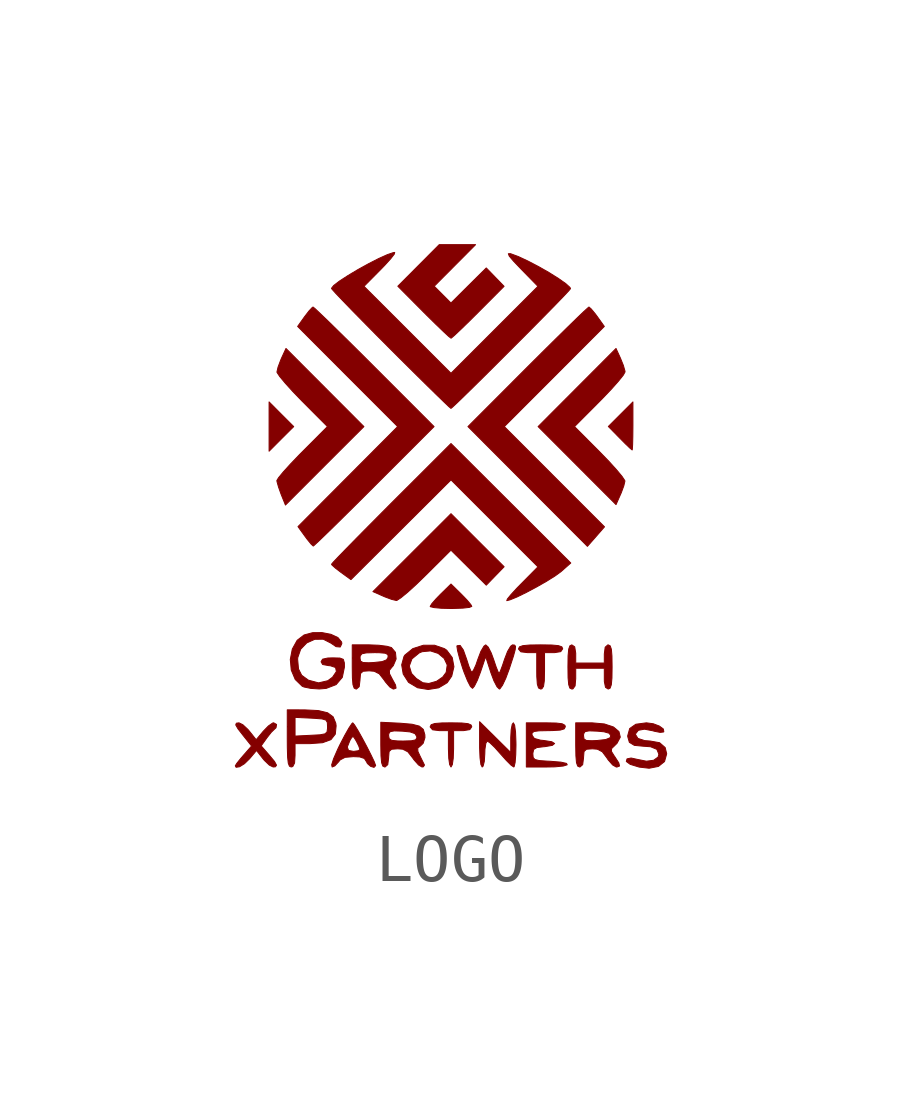
<source format=kicad_sym>
(kicad_symbol_lib
  (version 20220914)
  (generator "bitmap2component")
  (generator_version "8.0")
  (symbol "LOGO"
    (pin_names
      (offset 1.016))
    (property "Reference" "#G"
      (at 0 5.16 0)
      (effects (font (size 1.27 1.27)) hide))
    (symbol "LOGO_0_0"
      (polyline (pts (xy 4.594 -5.566) (xy 4.721 -5.464) (xy 4.766 -5.303) (xy 4.734 -5.173) (xy 4.618 -5.072) (xy 4.422 -5.037) (xy 4.303 -5.028) (xy 4.166 -4.982) (xy 4.116 -4.901) (xy 4.117 -4.887) (xy 4.175 -4.813) (xy 4.303 -4.79) (xy 4.48 -4.824) (xy 4.504 -4.832) (xy 4.631 -4.857) (xy 4.702 -4.848) (xy 4.706 -4.843) (xy 4.696 -4.786) (xy 4.613 -4.725) (xy 4.486 -4.677) (xy 4.346 -4.658) (xy 4.34 -4.658) (xy 4.123 -4.687) (xy 3.995 -4.776) (xy 3.954 -4.925) (xy 3.954 -4.945) (xy 3.988 -5.064) (xy 4.091 -5.127) (xy 4.278 -5.145) (xy 4.43 -5.156) (xy 4.561 -5.21) (xy 4.603 -5.312) (xy 4.587 -5.371) (xy 4.494 -5.438) (xy 4.343 -5.457) (xy 4.161 -5.421) (xy 4.024 -5.391) (xy 3.939 -5.409) (xy 3.924 -5.463) (xy 4.006 -5.523) (xy 4.192 -5.58) (xy 4.4 -5.604) (xy 4.594 -5.566)) (stroke (width 0.01) (type default)) (fill (type outline)))
      (polyline (pts (xy -4.136 -5.573) (xy -4.034 -5.51) (xy -3.927 -5.406) (xy -3.782 -5.234) (xy -3.647 -5.406) (xy -3.619 -5.44) (xy -3.515 -5.539) (xy -3.435 -5.578) (xy -3.389 -5.574) (xy -3.365 -5.541) (xy -3.407 -5.463) (xy -3.522 -5.325) (xy -3.685 -5.138) (xy -3.573 -4.981) (xy -3.562 -4.966) (xy -3.474 -4.854) (xy -3.409 -4.791) (xy -3.376 -4.761) (xy -3.364 -4.692) (xy -3.425 -4.657) (xy -3.446 -4.662) (xy -3.534 -4.723) (xy -3.641 -4.833) (xy -3.789 -5.01) (xy -3.929 -4.834) (xy -3.962 -4.795) (xy -4.067 -4.697) (xy -4.147 -4.658) (xy -4.202 -4.665) (xy -4.215 -4.701) (xy -4.168 -4.783) (xy -4.054 -4.929) (xy -3.885 -5.141) (xy -4.054 -5.334) (xy -4.109 -5.398) (xy -4.192 -5.501) (xy -4.224 -5.553) (xy -4.208 -5.584) (xy -4.136 -5.573)) (stroke (width 0.01) (type default)) (fill (type outline)))
      (polyline (pts (xy -3.026 -5.568) (xy -2.989 -5.495) (xy -2.979 -5.335) (xy -2.979 -5.091) (xy -2.666 -5.091) (xy -2.406 -5.072) (xy -2.231 -5.008) (xy -2.14 -4.893) (xy -2.123 -4.721) (xy -2.13 -4.666) (xy -2.185 -4.533) (xy -2.301 -4.448) (xy -2.493 -4.402) (xy -2.776 -4.388) (xy -3.141 -4.387) (xy -3.141 -4.739) (xy -2.979 -4.739) (xy -2.979 -4.544) (xy -2.64 -4.56) (xy -2.574 -4.564) (xy -2.417 -4.576) (xy -2.336 -4.6) (xy -2.306 -4.65) (xy -2.302 -4.739) (xy -2.302 -4.771) (xy -2.312 -4.846) (xy -2.354 -4.887) (xy -2.456 -4.907) (xy -2.64 -4.917) (xy -2.979 -4.934) (xy -2.979 -4.739) (xy -3.141 -4.739) (xy -3.141 -4.982) (xy -3.14 -5.169) (xy -3.134 -5.374) (xy -3.12 -5.499) (xy -3.096 -5.561) (xy -3.06 -5.578) (xy -3.026 -5.568)) (stroke (width 0.01) (type default)) (fill (type outline)))
      (polyline (pts (xy -1.3 -5.55) (xy -1.3 -5.546) (xy -1.329 -5.467) (xy -1.395 -5.329) (xy -1.482 -5.157) (xy -1.578 -4.978) (xy -1.668 -4.817) (xy -1.739 -4.702) (xy -1.776 -4.658) (xy -1.794 -4.673) (xy -1.855 -4.764) (xy -1.943 -4.919) (xy -2.046 -5.118) (xy -2.067 -5.161) (xy -1.89 -5.161) (xy -1.835 -5.024) (xy -1.792 -4.952) (xy -1.756 -4.952) (xy -1.701 -5.041) (xy -1.652 -5.139) (xy -1.627 -5.213) (xy -1.659 -5.239) (xy -1.76 -5.253) (xy -1.865 -5.233) (xy -1.89 -5.161) (xy -2.067 -5.161) (xy -2.089 -5.207) (xy -2.176 -5.406) (xy -2.216 -5.533) (xy -2.206 -5.578) (xy -2.15 -5.555) (xy -2.071 -5.47) (xy -2.039 -5.43) (xy -1.937 -5.377) (xy -1.763 -5.362) (xy -1.632 -5.368) (xy -1.535 -5.4) (xy -1.489 -5.47) (xy -1.471 -5.506) (xy -1.403 -5.565) (xy -1.333 -5.586) (xy -1.3 -5.55)) (stroke (width 0.01) (type default)) (fill (type outline)))
      (polyline (pts (xy -1.103 -5.578) (xy -1.047 -5.529) (xy -1.029 -5.389) (xy -1.029 -5.375) (xy -1.019 -5.255) (xy -0.967 -5.208) (xy -0.84 -5.199) (xy -0.736 -5.207) (xy -0.629 -5.261) (xy -0.529 -5.388) (xy -0.499 -5.43) (xy -0.406 -5.535) (xy -0.334 -5.578) (xy -0.305 -5.574) (xy -0.282 -5.538) (xy -0.282 -5.537) (xy -0.319 -5.463) (xy -0.378 -5.343) (xy -0.419 -5.253) (xy -0.422 -5.185) (xy -0.363 -5.137) (xy -0.309 -5.084) (xy -0.272 -4.966) (xy -0.274 -4.906) (xy -0.306 -4.795) (xy -0.389 -4.726) (xy -0.541 -4.687) (xy -0.783 -4.666) (xy -1.192 -4.646) (xy -1.192 -4.926) (xy -1.029 -4.926) (xy -1.026 -4.885) (xy -0.996 -4.841) (xy -0.911 -4.826) (xy -0.745 -4.831) (xy -0.582 -4.847) (xy -0.481 -4.882) (xy -0.443 -4.942) (xy -0.441 -4.971) (xy -0.467 -5.013) (xy -0.554 -5.032) (xy -0.727 -5.037) (xy -0.844 -5.035) (xy -0.964 -5.023) (xy -1.017 -4.989) (xy -1.029 -4.926) (xy -1.192 -4.926) (xy -1.192 -5.112) (xy -1.192 -5.116) (xy -1.188 -5.346) (xy -1.175 -5.488) (xy -1.151 -5.559) (xy -1.11 -5.578) (xy -1.103 -5.578)) (stroke (width 0.01) (type default)) (fill (type outline)))
      (polyline (pts (xy 0.299 -5.528) (xy 0.318 -5.394) (xy 0.325 -5.199) (xy 0.325 -4.82) (xy 0.514 -4.82) (xy 0.532 -4.82) (xy 0.663 -4.799) (xy 0.704 -4.739) (xy 0.69 -4.703) (xy 0.626 -4.675) (xy 0.493 -4.661) (xy 0.271 -4.658) (xy 0.079 -4.66) (xy -0.068 -4.672) (xy -0.142 -4.697) (xy -0.163 -4.739) (xy -0.162 -4.746) (xy -0.113 -4.803) (xy 0.027 -4.82) (xy 0.217 -4.82) (xy 0.217 -5.199) (xy 0.217 -5.199) (xy 0.224 -5.394) (xy 0.243 -5.528) (xy 0.271 -5.578) (xy 0.299 -5.528)) (stroke (width 0.01) (type default)) (fill (type outline)))
      (polyline (pts (xy 1.587 -5.57) (xy 1.607 -5.485) (xy 1.62 -5.326) (xy 1.625 -5.118) (xy 1.624 -5.059) (xy 1.616 -4.848) (xy 1.597 -4.708) (xy 1.571 -4.658) (xy 1.547 -4.688) (xy 1.525 -4.801) (xy 1.516 -4.967) (xy 1.516 -5.277) (xy 1.191 -4.955) (xy 0.867 -4.634) (xy 0.867 -5.106) (xy 0.867 -5.175) (xy 0.876 -5.387) (xy 0.894 -5.527) (xy 0.921 -5.578) (xy 0.94 -5.56) (xy 0.965 -5.462) (xy 0.975 -5.308) (xy 0.978 -5.21) (xy 0.997 -5.085) (xy 1.026 -5.037) (xy 1.079 -5.071) (xy 1.181 -5.169) (xy 1.305 -5.308) (xy 1.422 -5.439) (xy 1.523 -5.54) (xy 1.579 -5.578) (xy 1.587 -5.57)) (stroke (width 0.01) (type default)) (fill (type outline)))
      (polyline (pts (xy 2.434 -5.575) (xy 2.611 -5.558) (xy 2.693 -5.532) (xy 2.678 -5.503) (xy 2.562 -5.477) (xy 2.342 -5.459) (xy 2.274 -5.456) (xy 2.108 -5.444) (xy 2.019 -5.422) (xy 1.983 -5.38) (xy 1.977 -5.308) (xy 1.977 -5.29) (xy 1.994 -5.212) (xy 2.061 -5.173) (xy 2.207 -5.155) (xy 2.229 -5.154) (xy 2.383 -5.127) (xy 2.43 -5.089) (xy 2.372 -5.052) (xy 2.207 -5.026) (xy 2.135 -5.019) (xy 2.008 -4.983) (xy 1.96 -4.915) (xy 1.96 -4.87) (xy 2.001 -4.838) (xy 2.106 -4.824) (xy 2.298 -4.82) (xy 2.383 -4.819) (xy 2.547 -4.809) (xy 2.63 -4.784) (xy 2.654 -4.739) (xy 2.644 -4.708) (xy 2.587 -4.677) (xy 2.462 -4.662) (xy 2.248 -4.658) (xy 1.841 -4.658) (xy 1.841 -5.118) (xy 1.841 -5.578) (xy 2.275 -5.578) (xy 2.434 -5.575)) (stroke (width 0.01) (type default)) (fill (type outline)))
      (polyline (pts (xy 3.732 -5.578) (xy 3.783 -5.558) (xy 3.768 -5.493) (xy 3.686 -5.366) (xy 3.672 -5.347) (xy 3.613 -5.252) (xy 3.618 -5.194) (xy 3.686 -5.128) (xy 3.73 -5.085) (xy 3.799 -4.956) (xy 3.771 -4.84) (xy 3.658 -4.745) (xy 3.467 -4.681) (xy 3.21 -4.658) (xy 2.87 -4.658) (xy 2.87 -4.928) (xy 3.033 -4.928) (xy 3.036 -4.885) (xy 3.066 -4.84) (xy 3.151 -4.825) (xy 3.317 -4.831) (xy 3.458 -4.844) (xy 3.568 -4.875) (xy 3.602 -4.928) (xy 3.584 -4.97) (xy 3.496 -5.006) (xy 3.317 -5.026) (xy 3.207 -5.031) (xy 3.093 -5.026) (xy 3.043 -4.994) (xy 3.033 -4.928) (xy 2.87 -4.928) (xy 2.87 -5.118) (xy 2.874 -5.345) (xy 2.886 -5.487) (xy 2.911 -5.559) (xy 2.952 -5.578) (xy 2.959 -5.578) (xy 3.015 -5.529) (xy 3.033 -5.389) (xy 3.033 -5.377) (xy 3.043 -5.256) (xy 3.094 -5.208) (xy 3.218 -5.199) (xy 3.32 -5.207) (xy 3.424 -5.261) (xy 3.52 -5.389) (xy 3.547 -5.43) (xy 3.64 -5.536) (xy 3.714 -5.578) (xy 3.732 -5.578)) (stroke (width 0.01) (type default)) (fill (type outline)))
      (polyline (pts (xy -2.329 -3.94) (xy -2.123 -3.861) (xy -1.994 -3.71) (xy -1.95 -3.496) (xy -1.951 -3.409) (xy -1.973 -3.335) (xy -2.044 -3.308) (xy -2.193 -3.304) (xy -2.297 -3.307) (xy -2.405 -3.331) (xy -2.437 -3.385) (xy -2.404 -3.442) (xy -2.275 -3.466) (xy -2.248 -3.467) (xy -2.135 -3.504) (xy -2.117 -3.588) (xy -2.197 -3.706) (xy -2.296 -3.78) (xy -2.489 -3.825) (xy -2.696 -3.77) (xy -2.709 -3.763) (xy -2.841 -3.666) (xy -2.907 -3.535) (xy -2.925 -3.336) (xy -2.923 -3.3) (xy -2.862 -3.124) (xy -2.735 -2.992) (xy -2.568 -2.917) (xy -2.391 -2.915) (xy -2.231 -2.997) (xy -2.124 -3.07) (xy -2.037 -3.078) (xy -2.004 -3.007) (xy -2.009 -2.973) (xy -2.086 -2.88) (xy -2.232 -2.813) (xy -2.417 -2.777) (xy -2.613 -2.779) (xy -2.791 -2.827) (xy -2.935 -2.938) (xy -3.036 -3.12) (xy -3.078 -3.337) (xy -3.058 -3.558) (xy -2.975 -3.754) (xy -2.83 -3.895) (xy -2.792 -3.911) (xy -2.651 -3.94) (xy -2.475 -3.952) (xy -2.329 -3.94)) (stroke (width 0.01) (type default)) (fill (type outline)))
      (polyline (pts (xy -1.699 -3.953) (xy -1.642 -3.904) (xy -1.625 -3.764) (xy -1.625 -3.75) (xy -1.614 -3.63) (xy -1.562 -3.583) (xy -1.436 -3.574) (xy -1.331 -3.583) (xy -1.224 -3.636) (xy -1.124 -3.763) (xy -1.095 -3.806) (xy -1.004 -3.911) (xy -0.934 -3.953) (xy -0.921 -3.953) (xy -0.874 -3.934) (xy -0.885 -3.869) (xy -0.957 -3.737) (xy -1.01 -3.635) (xy -1.014 -3.565) (xy -0.957 -3.494) (xy -0.932 -3.466) (xy -0.873 -3.327) (xy -0.887 -3.188) (xy -0.971 -3.089) (xy -1.061 -3.063) (xy -1.23 -3.041) (xy -1.432 -3.033) (xy -1.787 -3.033) (xy -1.787 -3.307) (xy -1.625 -3.307) (xy -1.621 -3.264) (xy -1.587 -3.219) (xy -1.496 -3.2) (xy -1.323 -3.195) (xy -1.229 -3.196) (xy -1.099 -3.207) (xy -1.044 -3.236) (xy -1.039 -3.29) (xy -1.071 -3.345) (xy -1.164 -3.382) (xy -1.341 -3.401) (xy -1.445 -3.406) (xy -1.562 -3.401) (xy -1.614 -3.371) (xy -1.625 -3.307) (xy -1.787 -3.307) (xy -1.787 -3.493) (xy -1.784 -3.72) (xy -1.772 -3.862) (xy -1.747 -3.934) (xy -1.706 -3.954) (xy -1.699 -3.953)) (stroke (width 0.01) (type default)) (fill (type outline)))
      (polyline (pts (xy 0.014 -3.928) (xy 0.192 -3.821) (xy 0.286 -3.685) (xy 0.332 -3.489) (xy 0.297 -3.298) (xy 0.182 -3.145) (xy 0.136 -3.113) (xy -0.073 -3.04) (xy -0.305 -3.041) (xy -0.523 -3.11) (xy -0.689 -3.245) (xy -0.709 -3.275) (xy -0.757 -3.45) (xy -0.753 -3.474) (xy -0.598 -3.474) (xy -0.543 -3.325) (xy -0.39 -3.2) (xy -0.329 -3.175) (xy -0.157 -3.159) (xy 0.004 -3.211) (xy 0.128 -3.315) (xy 0.192 -3.452) (xy 0.171 -3.605) (xy 0.099 -3.703) (xy -0.03 -3.792) (xy -0.192 -3.838) (xy -0.316 -3.822) (xy -0.453 -3.733) (xy -0.552 -3.628) (xy -0.598 -3.474) (xy -0.753 -3.474) (xy -0.725 -3.641) (xy -0.616 -3.811) (xy -0.608 -3.818) (xy -0.425 -3.927) (xy -0.204 -3.963) (xy 0.014 -3.928)) (stroke (width 0.01) (type default)) (fill (type outline)))
      (polyline (pts (xy 1.29 -3.949) (xy 1.344 -3.874) (xy 1.413 -3.728) (xy 1.485 -3.534) (xy 1.506 -3.47) (xy 1.574 -3.262) (xy 1.609 -3.133) (xy 1.616 -3.065) (xy 1.597 -3.038) (xy 1.553 -3.033) (xy 1.514 -3.062) (xy 1.45 -3.17) (xy 1.388 -3.331) (xy 1.345 -3.46) (xy 1.299 -3.582) (xy 1.273 -3.629) (xy 1.254 -3.599) (xy 1.211 -3.491) (xy 1.157 -3.331) (xy 1.11 -3.203) (xy 1.047 -3.08) (xy 0.995 -3.033) (xy 0.957 -3.061) (xy 0.894 -3.168) (xy 0.833 -3.328) (xy 0.789 -3.455) (xy 0.737 -3.567) (xy 0.702 -3.6) (xy 0.687 -3.581) (xy 0.644 -3.481) (xy 0.596 -3.331) (xy 0.528 -3.14) (xy 0.461 -3.044) (xy 0.397 -3.051) (xy 0.394 -3.064) (xy 0.409 -3.157) (xy 0.451 -3.318) (xy 0.514 -3.52) (xy 0.543 -3.602) (xy 0.615 -3.781) (xy 0.677 -3.901) (xy 0.72 -3.939) (xy 0.759 -3.893) (xy 0.821 -3.769) (xy 0.886 -3.598) (xy 0.994 -3.277) (xy 1.103 -3.615) (xy 1.165 -3.781) (xy 1.23 -3.906) (xy 1.279 -3.954) (xy 1.29 -3.949)) (stroke (width 0.01) (type default)) (fill (type outline)))
      (polyline (pts (xy 2.165 -3.948) (xy 2.199 -3.898) (xy 2.216 -3.78) (xy 2.22 -3.574) (xy 2.22 -3.195) (xy 2.41 -3.195) (xy 2.427 -3.195) (xy 2.558 -3.174) (xy 2.599 -3.114) (xy 2.581 -3.074) (xy 2.51 -3.049) (xy 2.369 -3.036) (xy 2.139 -3.033) (xy 1.912 -3.036) (xy 1.77 -3.049) (xy 1.698 -3.074) (xy 1.679 -3.114) (xy 1.679 -3.122) (xy 1.728 -3.178) (xy 1.868 -3.195) (xy 2.058 -3.195) (xy 2.058 -3.574) (xy 2.059 -3.693) (xy 2.07 -3.851) (xy 2.095 -3.931) (xy 2.139 -3.954) (xy 2.165 -3.948)) (stroke (width 0.01) (type default)) (fill (type outline)))
      (polyline (pts (xy 3.587 -3.935) (xy 3.612 -3.864) (xy 3.625 -3.723) (xy 3.628 -3.493) (xy 3.625 -3.266) (xy 3.613 -3.124) (xy 3.588 -3.053) (xy 3.547 -3.033) (xy 3.54 -3.033) (xy 3.484 -3.082) (xy 3.466 -3.222) (xy 3.466 -3.412) (xy 3.168 -3.412) (xy 2.87 -3.412) (xy 2.87 -3.222) (xy 2.87 -3.205) (xy 2.849 -3.074) (xy 2.789 -3.033) (xy 2.749 -3.052) (xy 2.724 -3.122) (xy 2.711 -3.263) (xy 2.708 -3.493) (xy 2.711 -3.72) (xy 2.724 -3.862) (xy 2.748 -3.934) (xy 2.789 -3.954) (xy 2.812 -3.95) (xy 2.857 -3.888) (xy 2.87 -3.737) (xy 2.87 -3.52) (xy 3.168 -3.52) (xy 3.466 -3.52) (xy 3.466 -3.737) (xy 3.467 -3.799) (xy 3.491 -3.918) (xy 3.547 -3.954) (xy 3.587 -3.935)) (stroke (width 0.01) (type default)) (fill (type outline)))
      (polyline (pts (xy 0.332 -2.274) (xy 0.522 -2.267) (xy 0.654 -2.252) (xy 0.704 -2.232) (xy 0.685 -2.195) (xy 0.606 -2.1) (xy 0.487 -1.977) (xy 0.271 -1.765) (xy 0.054 -1.977) (xy -0.034 -2.067) (xy -0.127 -2.173) (xy -0.163 -2.232) (xy -0.158 -2.238) (xy -0.082 -2.256) (xy 0.07 -2.27) (xy 0.271 -2.275) (xy 0.332 -2.274)) (stroke (width 0.01) (type default)) (fill (type outline)))
      (polyline (pts (xy -0.856 -2.106) (xy -0.772 -2.051) (xy -0.633 -1.937) (xy -0.457 -1.777) (xy -0.259 -1.585) (xy 0.27 -1.059) (xy 0.638 -1.424) (xy 1.006 -1.789) (xy 1.192 -1.597) (xy 1.378 -1.405) (xy 0.824 -0.852) (xy 0.271 -0.299) (xy -0.542 -1.111) (xy -1.356 -1.923) (xy -1.152 -2.013) (xy -1.111 -2.031) (xy -0.966 -2.085) (xy -0.868 -2.108) (xy -0.856 -2.106)) (stroke (width 0.01) (type default)) (fill (type outline)))
      (polyline (pts (xy 1.5 -2.095) (xy 1.649 -2.034) (xy 1.843 -1.939) (xy 2.057 -1.825) (xy 2.265 -1.706) (xy 2.442 -1.595) (xy 2.562 -1.508) (xy 2.767 -1.327) (xy 1.519 -0.082) (xy 0.271 1.163) (xy -0.975 -0.081) (xy -1.163 -0.27) (xy -1.448 -0.557) (xy -1.702 -0.814) (xy -1.915 -1.031) (xy -2.078 -1.199) (xy -2.183 -1.31) (xy -2.219 -1.353) (xy -2.209 -1.369) (xy -2.136 -1.435) (xy -2.016 -1.527) (xy -1.814 -1.673) (xy -0.772 -0.634) (xy 0.271 0.405) (xy 1.177 -0.501) (xy 2.083 -1.407) (xy 1.734 -1.76) (xy 1.649 -1.846) (xy 1.523 -1.983) (xy 1.446 -2.077) (xy 1.433 -2.112) (xy 1.5 -2.095)) (stroke (width 0.01) (type default)) (fill (type outline)))
      (polyline (pts (xy -2.581 -0.959) (xy -2.495 -0.88) (xy -2.347 -0.738) (xy -2.147 -0.543) (xy -1.905 -0.304) (xy -1.628 -0.03) (xy -1.327 0.271) (xy -0.082 1.516) (xy -1.327 2.762) (xy -1.515 2.95) (xy -1.802 3.235) (xy -2.06 3.489) (xy -2.278 3.703) (xy -2.448 3.866) (xy -2.559 3.971) (xy -2.604 4.008) (xy -2.62 3.998) (xy -2.688 3.926) (xy -2.781 3.805) (xy -2.925 3.603) (xy -1.883 2.559) (xy -0.841 1.516) (xy -1.879 0.474) (xy -2.918 -0.569) (xy -2.772 -0.77) (xy -2.727 -0.831) (xy -2.644 -0.933) (xy -2.599 -0.974) (xy -2.581 -0.959)) (stroke (width 0.01) (type default)) (fill (type outline)))
      (polyline (pts (xy 3.292 -0.777) (xy 3.47 -0.573) (xy 2.426 0.471) (xy 1.382 1.516) (xy 2.424 2.559) (xy 3.466 3.603) (xy 3.322 3.805) (xy 3.277 3.866) (xy 3.193 3.967) (xy 3.146 4.008) (xy 3.127 3.993) (xy 3.039 3.914) (xy 2.891 3.772) (xy 2.69 3.576) (xy 2.447 3.337) (xy 2.17 3.063) (xy 1.868 2.762) (xy 0.624 1.516) (xy 1.869 0.268) (xy 3.114 -0.98) (xy 3.292 -0.777)) (stroke (width 0.01) (type default)) (fill (type outline)))
      (polyline (pts (xy -2.362 0.699) (xy -1.544 1.516) (xy -2.356 2.33) (xy -3.168 3.144) (xy -3.262 2.94) (xy -3.28 2.897) (xy -3.334 2.753) (xy -3.356 2.655) (xy -3.354 2.643) (xy -3.298 2.559) (xy -3.183 2.421) (xy -3.023 2.244) (xy -2.831 2.045) (xy -2.304 1.516) (xy -2.831 0.987) (xy -2.888 0.93) (xy -3.072 0.738) (xy -3.222 0.573) (xy -3.321 0.453) (xy -3.358 0.393) (xy -3.355 0.369) (xy -3.323 0.255) (xy -3.269 0.104) (xy -3.179 -0.119) (xy -2.362 0.699)) (stroke (width 0.01) (type default)) (fill (type outline)))
      (polyline (pts (xy 3.8 0.094) (xy 3.818 0.134) (xy 3.872 0.28) (xy 3.895 0.378) (xy 3.893 0.39) (xy 3.838 0.474) (xy 3.724 0.612) (xy 3.564 0.789) (xy 3.372 0.987) (xy 2.845 1.516) (xy 3.372 2.045) (xy 3.428 2.102) (xy 3.613 2.296) (xy 3.762 2.464) (xy 3.862 2.589) (xy 3.898 2.655) (xy 3.896 2.675) (xy 3.863 2.791) (xy 3.803 2.94) (xy 3.71 3.144) (xy 2.898 2.33) (xy 2.086 1.516) (xy 2.898 0.703) (xy 3.71 -0.11) (xy 3.8 0.094)) (stroke (width 0.01) (type default)) (fill (type outline)))
      (polyline (pts (xy -3.264 1.26) (xy -3.007 1.516) (xy -3.264 1.773) (xy -3.52 2.03) (xy -3.52 1.516) (xy -3.52 1.003) (xy -3.264 1.26)) (stroke (width 0.01) (type default)) (fill (type outline)))
      (polyline (pts (xy 4.05 1.044) (xy 4.056 1.142) (xy 4.06 1.312) (xy 4.062 1.529) (xy 4.062 2.03) (xy 3.806 1.774) (xy 3.55 1.518) (xy 3.79 1.274) (xy 3.906 1.157) (xy 4.003 1.064) (xy 4.046 1.029) (xy 4.05 1.044)) (stroke (width 0.01) (type default)) (fill (type outline)))
      (polyline (pts (xy 0.301 1.92) (xy 0.399 2.011) (xy 0.553 2.16) (xy 0.752 2.355) (xy 0.984 2.584) (xy 1.239 2.838) (xy 1.505 3.104) (xy 1.772 3.371) (xy 2.029 3.63) (xy 2.263 3.867) (xy 2.465 4.073) (xy 2.623 4.237) (xy 2.725 4.346) (xy 2.762 4.391) (xy 2.75 4.416) (xy 2.663 4.495) (xy 2.511 4.602) (xy 2.315 4.725) (xy 2.096 4.85) (xy 1.876 4.965) (xy 1.675 5.059) (xy 1.516 5.118) (xy 1.506 5.12) (xy 1.466 5.118) (xy 1.485 5.069) (xy 1.572 4.966) (xy 1.732 4.798) (xy 2.083 4.439) (xy 1.177 3.533) (xy 0.271 2.627) (xy -0.635 3.533) (xy -1.542 4.439) (xy -1.192 4.792) (xy -1.107 4.88) (xy -0.984 5.016) (xy -0.911 5.11) (xy -0.902 5.145) (xy -0.93 5.142) (xy -1.056 5.099) (xy -1.236 5.018) (xy -1.447 4.91) (xy -1.668 4.788) (xy -1.877 4.663) (xy -2.054 4.548) (xy -2.175 4.455) (xy -2.22 4.397) (xy -2.208 4.379) (xy -2.131 4.293) (xy -1.991 4.146) (xy -1.798 3.946) (xy -1.56 3.704) (xy -1.288 3.428) (xy -0.989 3.128) (xy -0.812 2.951) (xy -0.526 2.667) (xy -0.269 2.413) (xy -0.052 2.2) (xy 0.116 2.037) (xy 0.226 1.932) (xy 0.27 1.895) (xy 0.301 1.92)) (stroke (width 0.01) (type default)) (fill (type outline)))
      (polyline (pts (xy 0.279 3.362) (xy 0.349 3.422) (xy 0.475 3.541) (xy 0.643 3.704) (xy 0.838 3.898) (xy 1.377 4.439) (xy 1.192 4.63) (xy 1.006 4.822) (xy 0.638 4.457) (xy 0.27 4.091) (xy 0.096 4.266) (xy -0.079 4.441) (xy 0.352 4.874) (xy 0.783 5.307) (xy 0.404 5.307) (xy 0.025 5.307) (xy -0.406 4.874) (xy -0.837 4.441) (xy -0.298 3.899) (xy -0.227 3.828) (xy -0.039 3.643) (xy 0.116 3.494) (xy 0.224 3.394) (xy 0.271 3.358) (xy 0.279 3.362)) (stroke (width 0.01) (type default)) (fill (type outline))))))
</source>
